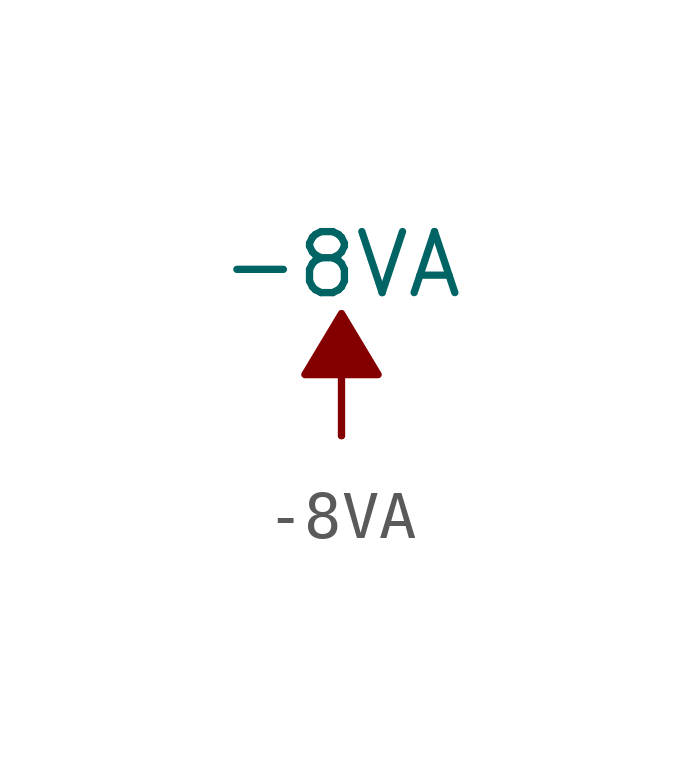
<source format=kicad_sym>
(kicad_symbol_lib
  (version 20231120)
  (generator "kicad_symbol_editor")
  (generator_version "8.0")
  (symbol "-8VA"
    (power)
    (pin_numbers hide)
    (pin_names
      (offset 0) hide)
    (property "Reference" "#PWR"
      (at 0 -3.81 0)
      (effects (font (size 1.27 1.27)) (hide yes)))
    (property "Value" "-8VA"
      (at 0 3.556 0)
      (effects (font (size 1.27 1.27))))
    (symbol "-8VA_0_0"
      (pin power_in line (at 0 0 90) (length 0) (name "~" (effects (font (size 1.27 1.27)))) (number "1" (effects (font (size 1.27 1.27))))))
    (symbol "-8VA_0_1"
      (polyline (pts (xy 0 0) (xy 0 1.27) (xy 0.762 1.27) (xy 0 2.54) (xy -0.762 1.27) (xy 0 1.27)) (stroke (width 0) (type default)) (fill (type outline))))))
</source>
